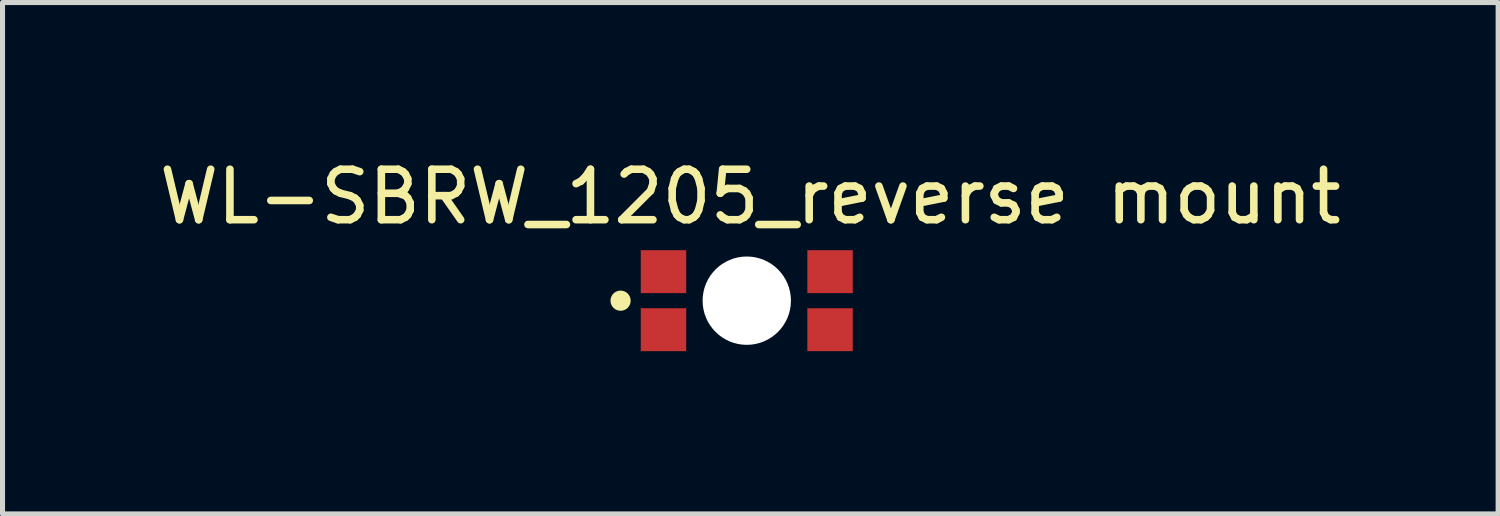
<source format=kicad_pcb>
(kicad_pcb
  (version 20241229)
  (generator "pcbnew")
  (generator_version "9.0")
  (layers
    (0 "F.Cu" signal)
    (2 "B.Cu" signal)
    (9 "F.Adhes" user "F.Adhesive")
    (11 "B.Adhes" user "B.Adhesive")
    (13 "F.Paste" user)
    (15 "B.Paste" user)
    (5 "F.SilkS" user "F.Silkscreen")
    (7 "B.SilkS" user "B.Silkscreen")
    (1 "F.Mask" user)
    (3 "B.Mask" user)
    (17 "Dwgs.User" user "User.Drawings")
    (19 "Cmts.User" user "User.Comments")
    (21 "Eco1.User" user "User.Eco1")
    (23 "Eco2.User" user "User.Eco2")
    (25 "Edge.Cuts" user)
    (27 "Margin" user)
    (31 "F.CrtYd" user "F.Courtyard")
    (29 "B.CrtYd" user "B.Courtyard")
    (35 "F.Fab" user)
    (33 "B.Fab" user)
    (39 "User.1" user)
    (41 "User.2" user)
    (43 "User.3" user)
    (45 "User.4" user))
  (footprint "WL-SBRW_1205_reverse mount"
    (layer "F.Cu")
    (at 11.745 2.907)
    (property "Reference" "WL-SBRW_1205_reverse mount" (at 0.07 -2.059 0) (layer "F.SilkS") (effects (font (size 1 1) (thickness 0.15))))
    (fp_circle (center -2.5 0) (end -2.5 -0.1) (stroke (width 0.2) (type solid)) (fill no) (layer "F.SilkS"))
    (fp_line (start -2.3 -1.2) (end 2.3 -1.2) (stroke (width 0.05) (type solid)) (layer "Eco2.User"))
    (fp_line (start -2.3 1.2) (end -2.3 -1.2) (stroke (width 0.05) (type solid)) (layer "Eco2.User"))
    (fp_line (start -2.3 1.2) (end 2.3 1.2) (stroke (width 0.05) (type solid)) (layer "Eco2.User"))
    (fp_line (start -1.6 -0.6) (end 1.6 -0.6) (stroke (width 0.1) (type solid)) (layer "Eco2.User"))
    (fp_line (start -1.6 0.6) (end -1.6 -0.6) (stroke (width 0.1) (type solid)) (layer "Eco2.User"))
    (fp_line (start -1.6 0.6) (end 1.6 0.6) (stroke (width 0.1) (type solid)) (layer "Eco2.User"))
    (fp_line (start -0.5 0) (end 0.5 0) (stroke (width 0.05) (type solid)) (layer "Eco2.User"))
    (fp_line (start 0 0.5) (end 0 -0.5) (stroke (width 0.05) (type solid)) (layer "Eco2.User"))
    (fp_line (start 1.6 0.6) (end 1.6 -0.6) (stroke (width 0.1) (type solid)) (layer "Eco2.User"))
    (fp_line (start 2.3 1.2) (end 2.3 -1.2) (stroke (width 0.05) (type solid)) (layer "Eco2.User"))
    (fp_rect (start -1.6 0.6) (end -1.25 -0.6) (stroke (width 0.1) (type default)) (fill no) (layer "Eco2.User"))
    (fp_text_box "${REFERENCE}" (start -4.152 -1.309) (end 4.292 0.702) (margins 0.575 0.575 0.575 0.575) (layer "User.3") (effects (font (size 0.7 0.7) (thickness 0.07)) (justify top)) (border no) (stroke (width 0.1) (type default)))
    (pad "" np_thru_hole circle (at 0 0) (size 1.75 1.75) (drill 1.75) (layers "*.Cu" "*.Mask"))
    (pad "1" smd rect (at -1.65 -0.575) (size 0.9 0.85) (layers "F.Cu" "F.Mask" "F.Paste"))
    (pad "2" smd rect (at -1.65 0.575) (size 0.9 0.85) (layers "F.Cu" "F.Mask" "F.Paste"))
    (pad "3" smd rect (at 1.65 0.575) (size 0.9 0.85) (layers "F.Cu" "F.Mask" "F.Paste"))
    (pad "4" smd rect (at 1.65 -0.575) (size 0.9 0.85) (layers "F.Cu" "F.Mask" "F.Paste")))
  (gr_rect
    (start -3 -3)
    (end 26.631 7.132)
    (stroke (width 0.1) (type default))
    (fill no)
    (layer "Edge.Cuts")))
</source>
